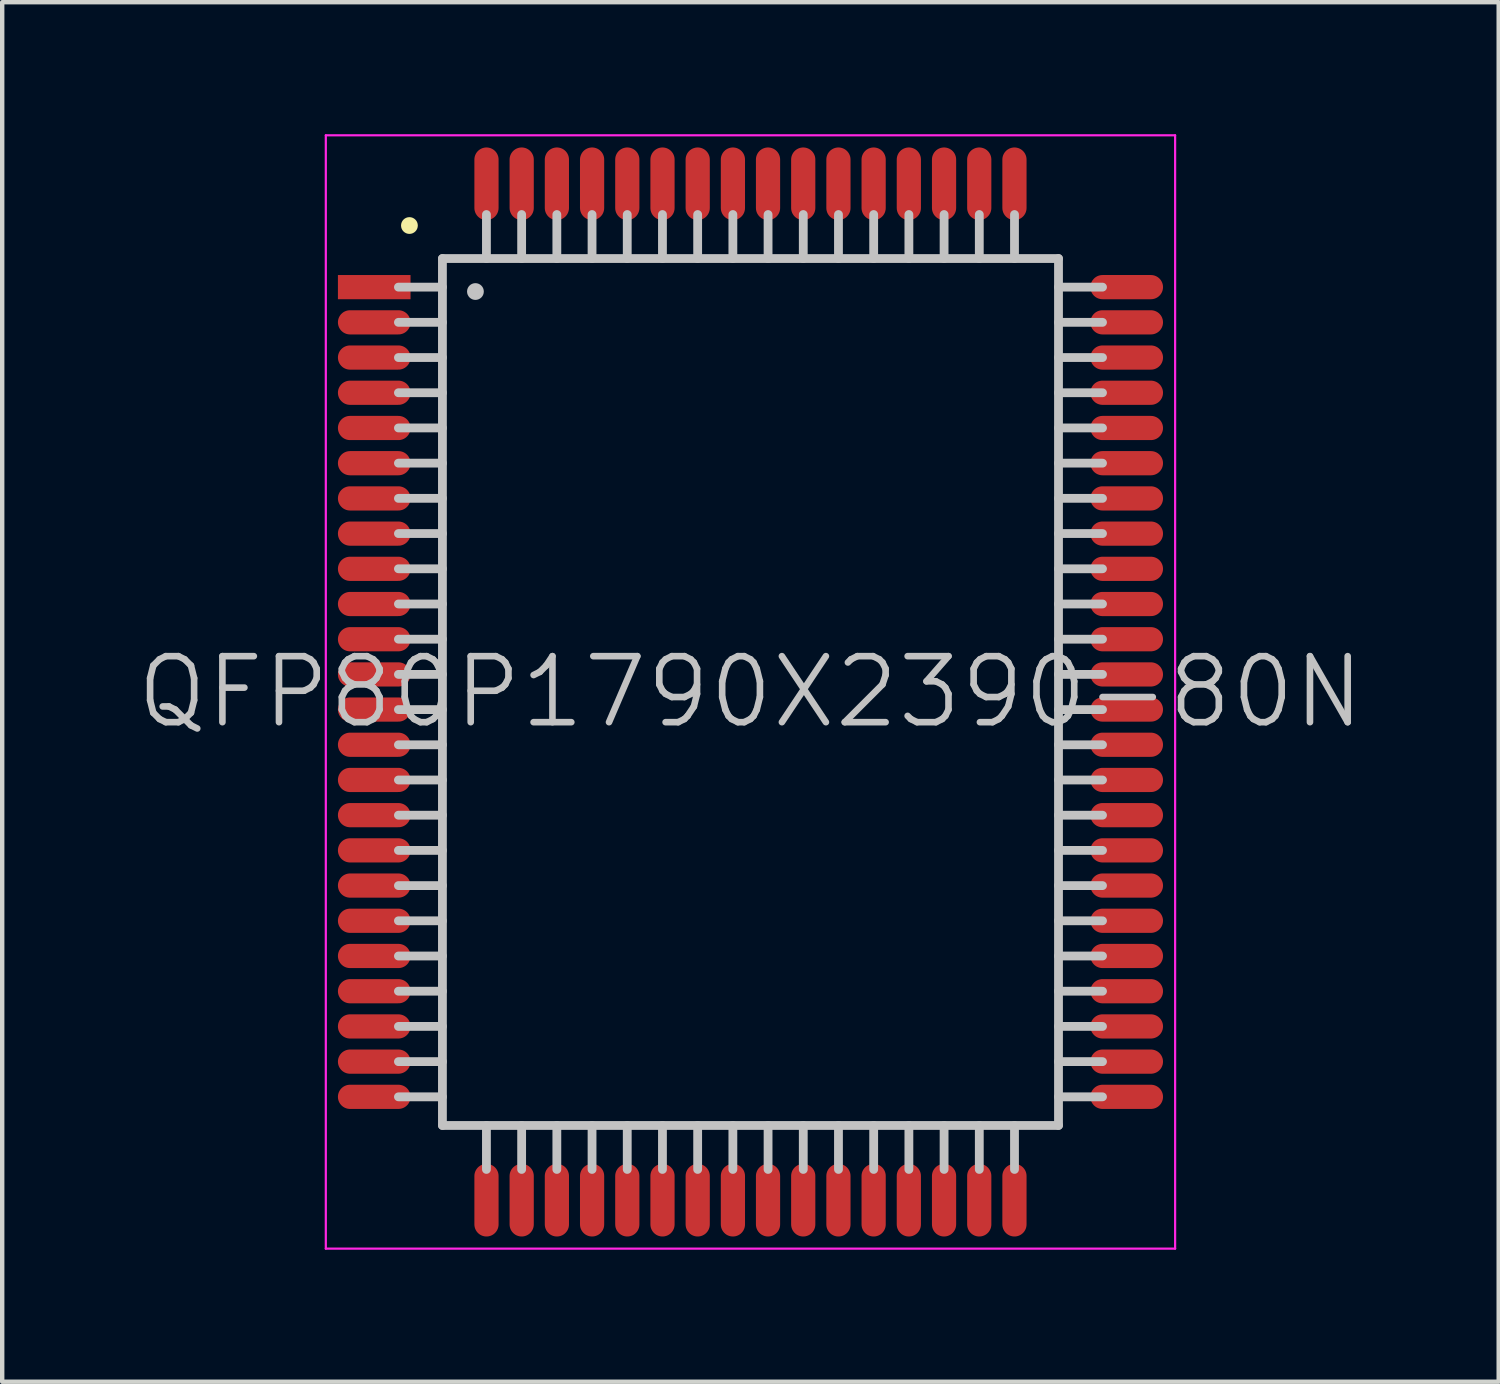
<source format=kicad_pcb>
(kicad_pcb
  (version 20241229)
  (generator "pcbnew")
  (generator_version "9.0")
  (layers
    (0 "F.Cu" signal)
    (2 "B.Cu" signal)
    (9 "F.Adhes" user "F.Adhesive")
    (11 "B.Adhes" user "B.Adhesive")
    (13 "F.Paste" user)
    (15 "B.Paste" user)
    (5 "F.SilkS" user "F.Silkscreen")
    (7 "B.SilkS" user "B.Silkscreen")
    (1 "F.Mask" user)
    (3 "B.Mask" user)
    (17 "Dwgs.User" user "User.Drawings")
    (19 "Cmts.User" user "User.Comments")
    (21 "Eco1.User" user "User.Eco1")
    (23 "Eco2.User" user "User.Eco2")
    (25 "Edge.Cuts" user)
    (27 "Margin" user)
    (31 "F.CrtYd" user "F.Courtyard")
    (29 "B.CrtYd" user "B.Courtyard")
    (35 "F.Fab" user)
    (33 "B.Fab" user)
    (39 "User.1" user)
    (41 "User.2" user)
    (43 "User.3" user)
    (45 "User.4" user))
  (footprint "QFP80P1790X2390-80N"
    (layer "F.Cu")
    (at 14.004 12.675)
    (property "Reference" "QFP80P1790X2390-80N" (at 0 0 0) (layer "Dwgs.User") (effects (font (size 1.5 1.5) (thickness 0.15))))
    (attr smd)
    (fp_line (start -7.75 -10.6) (end -7.75 -10.6) (stroke (width 0.381) (type solid)) (layer "F.SilkS"))
    (fp_line (start -7 -9.85) (end -7 9.85) (stroke (width 0.2) (type solid)) (layer "Dwgs.User"))
    (fp_line (start -7 -9.85) (end 7 -9.85) (stroke (width 0.2) (type solid)) (layer "Dwgs.User"))
    (fp_line (start -7 -9.2) (end -8 -9.2) (stroke (width 0.2) (type solid)) (layer "Dwgs.User"))
    (fp_line (start -7 -8.4) (end -8 -8.4) (stroke (width 0.2) (type solid)) (layer "Dwgs.User"))
    (fp_line (start -7 -7.6) (end -8 -7.6) (stroke (width 0.2) (type solid)) (layer "Dwgs.User"))
    (fp_line (start -7 -6.8) (end -8 -6.8) (stroke (width 0.2) (type solid)) (layer "Dwgs.User"))
    (fp_line (start -7 -6) (end -8 -6) (stroke (width 0.2) (type solid)) (layer "Dwgs.User"))
    (fp_line (start -7 -5.2) (end -8 -5.2) (stroke (width 0.2) (type solid)) (layer "Dwgs.User"))
    (fp_line (start -7 -4.4) (end -8 -4.4) (stroke (width 0.2) (type solid)) (layer "Dwgs.User"))
    (fp_line (start -7 -3.6) (end -8 -3.6) (stroke (width 0.2) (type solid)) (layer "Dwgs.User"))
    (fp_line (start -7 -2.8) (end -8 -2.8) (stroke (width 0.2) (type solid)) (layer "Dwgs.User"))
    (fp_line (start -7 -2) (end -8 -2) (stroke (width 0.2) (type solid)) (layer "Dwgs.User"))
    (fp_line (start -7 -1.2) (end -8 -1.2) (stroke (width 0.2) (type solid)) (layer "Dwgs.User"))
    (fp_line (start -7 -0.4) (end -8 -0.4) (stroke (width 0.2) (type solid)) (layer "Dwgs.User"))
    (fp_line (start -7 0.4) (end -8 0.4) (stroke (width 0.2) (type solid)) (layer "Dwgs.User"))
    (fp_line (start -7 1.2) (end -8 1.2) (stroke (width 0.2) (type solid)) (layer "Dwgs.User"))
    (fp_line (start -7 2) (end -8 2) (stroke (width 0.2) (type solid)) (layer "Dwgs.User"))
    (fp_line (start -7 2.8) (end -8 2.8) (stroke (width 0.2) (type solid)) (layer "Dwgs.User"))
    (fp_line (start -7 3.6) (end -8 3.6) (stroke (width 0.2) (type solid)) (layer "Dwgs.User"))
    (fp_line (start -7 4.4) (end -8 4.4) (stroke (width 0.2) (type solid)) (layer "Dwgs.User"))
    (fp_line (start -7 5.2) (end -8 5.2) (stroke (width 0.2) (type solid)) (layer "Dwgs.User"))
    (fp_line (start -7 6) (end -8 6) (stroke (width 0.2) (type solid)) (layer "Dwgs.User"))
    (fp_line (start -7 6.8) (end -8 6.8) (stroke (width 0.2) (type solid)) (layer "Dwgs.User"))
    (fp_line (start -7 7.6) (end -8 7.6) (stroke (width 0.2) (type solid)) (layer "Dwgs.User"))
    (fp_line (start -7 8.4) (end -8 8.4) (stroke (width 0.2) (type solid)) (layer "Dwgs.User"))
    (fp_line (start -7 9.2) (end -8 9.2) (stroke (width 0.2) (type solid)) (layer "Dwgs.User"))
    (fp_line (start -7 9.85) (end 7 9.85) (stroke (width 0.2) (type solid)) (layer "Dwgs.User"))
    (fp_line (start -6.25 -9.1) (end -6.25 -9.1) (stroke (width 0.381) (type solid)) (layer "Dwgs.User"))
    (fp_line (start -6 -9.85) (end -6 -10.85) (stroke (width 0.2) (type solid)) (layer "Dwgs.User"))
    (fp_line (start -6 10.85) (end -6 9.85) (stroke (width 0.2) (type solid)) (layer "Dwgs.User"))
    (fp_line (start -5.2 -9.85) (end -5.2 -10.85) (stroke (width 0.2) (type solid)) (layer "Dwgs.User"))
    (fp_line (start -5.2 10.85) (end -5.2 9.85) (stroke (width 0.2) (type solid)) (layer "Dwgs.User"))
    (fp_line (start -4.4 -9.85) (end -4.4 -10.85) (stroke (width 0.2) (type solid)) (layer "Dwgs.User"))
    (fp_line (start -4.4 10.85) (end -4.4 9.85) (stroke (width 0.2) (type solid)) (layer "Dwgs.User"))
    (fp_line (start -3.6 -9.85) (end -3.6 -10.85) (stroke (width 0.2) (type solid)) (layer "Dwgs.User"))
    (fp_line (start -3.6 10.85) (end -3.6 9.85) (stroke (width 0.2) (type solid)) (layer "Dwgs.User"))
    (fp_line (start -2.8 -9.85) (end -2.8 -10.85) (stroke (width 0.2) (type solid)) (layer "Dwgs.User"))
    (fp_line (start -2.8 10.85) (end -2.8 9.85) (stroke (width 0.2) (type solid)) (layer "Dwgs.User"))
    (fp_line (start -2 -9.85) (end -2 -10.85) (stroke (width 0.2) (type solid)) (layer "Dwgs.User"))
    (fp_line (start -2 10.85) (end -2 9.85) (stroke (width 0.2) (type solid)) (layer "Dwgs.User"))
    (fp_line (start -1.2 -9.85) (end -1.2 -10.85) (stroke (width 0.2) (type solid)) (layer "Dwgs.User"))
    (fp_line (start -1.2 10.85) (end -1.2 9.85) (stroke (width 0.2) (type solid)) (layer "Dwgs.User"))
    (fp_line (start -0.4 -9.85) (end -0.4 -10.85) (stroke (width 0.2) (type solid)) (layer "Dwgs.User"))
    (fp_line (start -0.4 10.85) (end -0.4 9.85) (stroke (width 0.2) (type solid)) (layer "Dwgs.User"))
    (fp_line (start 0.4 -9.85) (end 0.4 -10.85) (stroke (width 0.2) (type solid)) (layer "Dwgs.User"))
    (fp_line (start 0.4 10.85) (end 0.4 9.85) (stroke (width 0.2) (type solid)) (layer "Dwgs.User"))
    (fp_line (start 1.2 -9.85) (end 1.2 -10.85) (stroke (width 0.2) (type solid)) (layer "Dwgs.User"))
    (fp_line (start 1.2 10.85) (end 1.2 9.85) (stroke (width 0.2) (type solid)) (layer "Dwgs.User"))
    (fp_line (start 2 -9.85) (end 2 -10.85) (stroke (width 0.2) (type solid)) (layer "Dwgs.User"))
    (fp_line (start 2 10.85) (end 2 9.85) (stroke (width 0.2) (type solid)) (layer "Dwgs.User"))
    (fp_line (start 2.8 -9.85) (end 2.8 -10.85) (stroke (width 0.2) (type solid)) (layer "Dwgs.User"))
    (fp_line (start 2.8 10.85) (end 2.8 9.85) (stroke (width 0.2) (type solid)) (layer "Dwgs.User"))
    (fp_line (start 3.6 -9.85) (end 3.6 -10.85) (stroke (width 0.2) (type solid)) (layer "Dwgs.User"))
    (fp_line (start 3.6 10.85) (end 3.6 9.85) (stroke (width 0.2) (type solid)) (layer "Dwgs.User"))
    (fp_line (start 4.4 -9.85) (end 4.4 -10.85) (stroke (width 0.2) (type solid)) (layer "Dwgs.User"))
    (fp_line (start 4.4 10.85) (end 4.4 9.85) (stroke (width 0.2) (type solid)) (layer "Dwgs.User"))
    (fp_line (start 5.2 -9.85) (end 5.2 -10.85) (stroke (width 0.2) (type solid)) (layer "Dwgs.User"))
    (fp_line (start 5.2 10.85) (end 5.2 9.85) (stroke (width 0.2) (type solid)) (layer "Dwgs.User"))
    (fp_line (start 6 -9.85) (end 6 -10.85) (stroke (width 0.2) (type solid)) (layer "Dwgs.User"))
    (fp_line (start 6 10.85) (end 6 9.85) (stroke (width 0.2) (type solid)) (layer "Dwgs.User"))
    (fp_line (start 7 -9.85) (end 7 9.85) (stroke (width 0.2) (type solid)) (layer "Dwgs.User"))
    (fp_line (start 8 -9.2) (end 7 -9.2) (stroke (width 0.2) (type solid)) (layer "Dwgs.User"))
    (fp_line (start 8 -8.4) (end 7 -8.4) (stroke (width 0.2) (type solid)) (layer "Dwgs.User"))
    (fp_line (start 8 -7.6) (end 7 -7.6) (stroke (width 0.2) (type solid)) (layer "Dwgs.User"))
    (fp_line (start 8 -6.8) (end 7 -6.8) (stroke (width 0.2) (type solid)) (layer "Dwgs.User"))
    (fp_line (start 8 -6) (end 7 -6) (stroke (width 0.2) (type solid)) (layer "Dwgs.User"))
    (fp_line (start 8 -5.2) (end 7 -5.2) (stroke (width 0.2) (type solid)) (layer "Dwgs.User"))
    (fp_line (start 8 -4.4) (end 7 -4.4) (stroke (width 0.2) (type solid)) (layer "Dwgs.User"))
    (fp_line (start 8 -3.6) (end 7 -3.6) (stroke (width 0.2) (type solid)) (layer "Dwgs.User"))
    (fp_line (start 8 -2.8) (end 7 -2.8) (stroke (width 0.2) (type solid)) (layer "Dwgs.User"))
    (fp_line (start 8 -2) (end 7 -2) (stroke (width 0.2) (type solid)) (layer "Dwgs.User"))
    (fp_line (start 8 -1.2) (end 7 -1.2) (stroke (width 0.2) (type solid)) (layer "Dwgs.User"))
    (fp_line (start 8 -0.4) (end 7 -0.4) (stroke (width 0.2) (type solid)) (layer "Dwgs.User"))
    (fp_line (start 8 0.4) (end 7 0.4) (stroke (width 0.2) (type solid)) (layer "Dwgs.User"))
    (fp_line (start 8 1.2) (end 7 1.2) (stroke (width 0.2) (type solid)) (layer "Dwgs.User"))
    (fp_line (start 8 2) (end 7 2) (stroke (width 0.2) (type solid)) (layer "Dwgs.User"))
    (fp_line (start 8 2.8) (end 7 2.8) (stroke (width 0.2) (type solid)) (layer "Dwgs.User"))
    (fp_line (start 8 3.6) (end 7 3.6) (stroke (width 0.2) (type solid)) (layer "Dwgs.User"))
    (fp_line (start 8 4.4) (end 7 4.4) (stroke (width 0.2) (type solid)) (layer "Dwgs.User"))
    (fp_line (start 8 5.2) (end 7 5.2) (stroke (width 0.2) (type solid)) (layer "Dwgs.User"))
    (fp_line (start 8 6) (end 7 6) (stroke (width 0.2) (type solid)) (layer "Dwgs.User"))
    (fp_line (start 8 6.8) (end 7 6.8) (stroke (width 0.2) (type solid)) (layer "Dwgs.User"))
    (fp_line (start 8 7.6) (end 7 7.6) (stroke (width 0.2) (type solid)) (layer "Dwgs.User"))
    (fp_line (start 8 8.4) (end 7 8.4) (stroke (width 0.2) (type solid)) (layer "Dwgs.User"))
    (fp_line (start 8 9.2) (end 7 9.2) (stroke (width 0.2) (type solid)) (layer "Dwgs.User"))
    (fp_line (start -9.65 -12.65) (end -9.65 12.65) (stroke (width 0.05) (type solid)) (layer "F.CrtYd"))
    (fp_line (start -9.65 -12.65) (end 9.65 -12.65) (stroke (width 0.05) (type solid)) (layer "F.CrtYd"))
    (fp_line (start -9.65 12.65) (end 9.65 12.65) (stroke (width 0.05) (type solid)) (layer "F.CrtYd"))
    (fp_line (start 9.65 -12.65) (end 9.65 12.65) (stroke (width 0.05) (type solid)) (layer "F.CrtYd"))
    (pad "1" smd rect (at -8.55 -9.2 90) (size 0.55 1.65) (layers "F.Cu" "F.Mask" "F.Paste"))
    (pad "2" smd oval (at -8.55 -8.4 90) (size 0.55 1.65) (layers "F.Cu" "F.Mask" "F.Paste"))
    (pad "3" smd oval (at -8.55 -7.6 90) (size 0.55 1.65) (layers "F.Cu" "F.Mask" "F.Paste"))
    (pad "4" smd oval (at -8.55 -6.8 90) (size 0.55 1.65) (layers "F.Cu" "F.Mask" "F.Paste"))
    (pad "5" smd oval (at -8.55 -5.999 90) (size 0.55 1.65) (layers "F.Cu" "F.Mask" "F.Paste"))
    (pad "6" smd oval (at -8.55 -5.199 90) (size 0.55 1.65) (layers "F.Cu" "F.Mask" "F.Paste"))
    (pad "7" smd oval (at -8.55 -4.399 90) (size 0.55 1.65) (layers "F.Cu" "F.Mask" "F.Paste"))
    (pad "8" smd oval (at -8.55 -3.599 90) (size 0.55 1.65) (layers "F.Cu" "F.Mask" "F.Paste"))
    (pad "9" smd oval (at -8.55 -2.799 90) (size 0.55 1.65) (layers "F.Cu" "F.Mask" "F.Paste"))
    (pad "10" smd oval (at -8.55 -1.999 90) (size 0.55 1.65) (layers "F.Cu" "F.Mask" "F.Paste"))
    (pad "11" smd oval (at -8.55 -1.199 90) (size 0.55 1.65) (layers "F.Cu" "F.Mask" "F.Paste"))
    (pad "12" smd oval (at -8.55 -0.399 90) (size 0.55 1.65) (layers "F.Cu" "F.Mask" "F.Paste"))
    (pad "13" smd oval (at -8.55 0.399 90) (size 0.55 1.65) (layers "F.Cu" "F.Mask" "F.Paste"))
    (pad "14" smd oval (at -8.55 1.199 90) (size 0.55 1.65) (layers "F.Cu" "F.Mask" "F.Paste"))
    (pad "15" smd oval (at -8.55 1.999 90) (size 0.55 1.65) (layers "F.Cu" "F.Mask" "F.Paste"))
    (pad "16" smd oval (at -8.55 2.799 90) (size 0.55 1.65) (layers "F.Cu" "F.Mask" "F.Paste"))
    (pad "17" smd oval (at -8.55 3.599 90) (size 0.55 1.65) (layers "F.Cu" "F.Mask" "F.Paste"))
    (pad "18" smd oval (at -8.55 4.399 90) (size 0.55 1.65) (layers "F.Cu" "F.Mask" "F.Paste"))
    (pad "19" smd oval (at -8.55 5.199 90) (size 0.55 1.65) (layers "F.Cu" "F.Mask" "F.Paste"))
    (pad "20" smd oval (at -8.55 5.999 90) (size 0.55 1.65) (layers "F.Cu" "F.Mask" "F.Paste"))
    (pad "21" smd oval (at -8.55 6.8 90) (size 0.55 1.65) (layers "F.Cu" "F.Mask" "F.Paste"))
    (pad "22" smd oval (at -8.55 7.6 90) (size 0.55 1.65) (layers "F.Cu" "F.Mask" "F.Paste"))
    (pad "23" smd oval (at -8.55 8.4 90) (size 0.55 1.65) (layers "F.Cu" "F.Mask" "F.Paste"))
    (pad "24" smd oval (at -8.55 9.2 90) (size 0.55 1.65) (layers "F.Cu" "F.Mask" "F.Paste"))
    (pad "25" smd oval (at -5.999 11.549 180) (size 0.55 1.65) (layers "F.Cu" "F.Mask" "F.Paste"))
    (pad "26" smd oval (at -5.199 11.549 180) (size 0.55 1.65) (layers "F.Cu" "F.Mask" "F.Paste"))
    (pad "27" smd oval (at -4.399 11.549 180) (size 0.55 1.65) (layers "F.Cu" "F.Mask" "F.Paste"))
    (pad "28" smd oval (at -3.599 11.549 180) (size 0.55 1.65) (layers "F.Cu" "F.Mask" "F.Paste"))
    (pad "29" smd oval (at -2.799 11.549 180) (size 0.55 1.65) (layers "F.Cu" "F.Mask" "F.Paste"))
    (pad "30" smd oval (at -1.999 11.549 180) (size 0.55 1.65) (layers "F.Cu" "F.Mask" "F.Paste"))
    (pad "31" smd oval (at -1.199 11.549 180) (size 0.55 1.65) (layers "F.Cu" "F.Mask" "F.Paste"))
    (pad "32" smd oval (at -0.399 11.549 180) (size 0.55 1.65) (layers "F.Cu" "F.Mask" "F.Paste"))
    (pad "33" smd oval (at 0.399 11.549 180) (size 0.55 1.65) (layers "F.Cu" "F.Mask" "F.Paste"))
    (pad "34" smd oval (at 1.199 11.549 180) (size 0.55 1.65) (layers "F.Cu" "F.Mask" "F.Paste"))
    (pad "35" smd oval (at 1.999 11.549 180) (size 0.55 1.65) (layers "F.Cu" "F.Mask" "F.Paste"))
    (pad "36" smd oval (at 2.799 11.549 180) (size 0.55 1.65) (layers "F.Cu" "F.Mask" "F.Paste"))
    (pad "37" smd oval (at 3.599 11.549 180) (size 0.55 1.65) (layers "F.Cu" "F.Mask" "F.Paste"))
    (pad "38" smd oval (at 4.399 11.549 180) (size 0.55 1.65) (layers "F.Cu" "F.Mask" "F.Paste"))
    (pad "39" smd oval (at 5.199 11.549 180) (size 0.55 1.65) (layers "F.Cu" "F.Mask" "F.Paste"))
    (pad "40" smd oval (at 5.999 11.549 180) (size 0.55 1.65) (layers "F.Cu" "F.Mask" "F.Paste"))
    (pad "41" smd oval (at 8.55 9.2 270) (size 0.55 1.65) (layers "F.Cu" "F.Mask" "F.Paste"))
    (pad "42" smd oval (at 8.55 8.4 270) (size 0.55 1.65) (layers "F.Cu" "F.Mask" "F.Paste"))
    (pad "43" smd oval (at 8.55 7.6 270) (size 0.55 1.65) (layers "F.Cu" "F.Mask" "F.Paste"))
    (pad "44" smd oval (at 8.55 6.8 270) (size 0.55 1.65) (layers "F.Cu" "F.Mask" "F.Paste"))
    (pad "45" smd oval (at 8.55 5.999 270) (size 0.55 1.65) (layers "F.Cu" "F.Mask" "F.Paste"))
    (pad "46" smd oval (at 8.55 5.199 270) (size 0.55 1.65) (layers "F.Cu" "F.Mask" "F.Paste"))
    (pad "47" smd oval (at 8.55 4.399 270) (size 0.55 1.65) (layers "F.Cu" "F.Mask" "F.Paste"))
    (pad "48" smd oval (at 8.55 3.599 270) (size 0.55 1.65) (layers "F.Cu" "F.Mask" "F.Paste"))
    (pad "49" smd oval (at 8.55 2.799 270) (size 0.55 1.65) (layers "F.Cu" "F.Mask" "F.Paste"))
    (pad "50" smd oval (at 8.55 1.999 270) (size 0.55 1.65) (layers "F.Cu" "F.Mask" "F.Paste"))
    (pad "51" smd oval (at 8.55 1.199 270) (size 0.55 1.65) (layers "F.Cu" "F.Mask" "F.Paste"))
    (pad "52" smd oval (at 8.55 0.399 270) (size 0.55 1.65) (layers "F.Cu" "F.Mask" "F.Paste"))
    (pad "53" smd oval (at 8.55 -0.399 270) (size 0.55 1.65) (layers "F.Cu" "F.Mask" "F.Paste"))
    (pad "54" smd oval (at 8.55 -1.199 270) (size 0.55 1.65) (layers "F.Cu" "F.Mask" "F.Paste"))
    (pad "55" smd oval (at 8.55 -1.999 270) (size 0.55 1.65) (layers "F.Cu" "F.Mask" "F.Paste"))
    (pad "56" smd oval (at 8.55 -2.799 270) (size 0.55 1.65) (layers "F.Cu" "F.Mask" "F.Paste"))
    (pad "57" smd oval (at 8.55 -3.599 270) (size 0.55 1.65) (layers "F.Cu" "F.Mask" "F.Paste"))
    (pad "58" smd oval (at 8.55 -4.399 270) (size 0.55 1.65) (layers "F.Cu" "F.Mask" "F.Paste"))
    (pad "59" smd oval (at 8.55 -5.199 270) (size 0.55 1.65) (layers "F.Cu" "F.Mask" "F.Paste"))
    (pad "60" smd oval (at 8.55 -5.999 270) (size 0.55 1.65) (layers "F.Cu" "F.Mask" "F.Paste"))
    (pad "61" smd oval (at 8.55 -6.8 270) (size 0.55 1.65) (layers "F.Cu" "F.Mask" "F.Paste"))
    (pad "62" smd oval (at 8.55 -7.6 270) (size 0.55 1.65) (layers "F.Cu" "F.Mask" "F.Paste"))
    (pad "63" smd oval (at 8.55 -8.4 270) (size 0.55 1.65) (layers "F.Cu" "F.Mask" "F.Paste"))
    (pad "64" smd oval (at 8.55 -9.2 270) (size 0.55 1.65) (layers "F.Cu" "F.Mask" "F.Paste"))
    (pad "65" smd oval (at 5.999 -11.549) (size 0.55 1.65) (layers "F.Cu" "F.Mask" "F.Paste"))
    (pad "66" smd oval (at 5.199 -11.549) (size 0.55 1.65) (layers "F.Cu" "F.Mask" "F.Paste"))
    (pad "67" smd oval (at 4.399 -11.549) (size 0.55 1.65) (layers "F.Cu" "F.Mask" "F.Paste"))
    (pad "68" smd oval (at 3.599 -11.549) (size 0.55 1.65) (layers "F.Cu" "F.Mask" "F.Paste"))
    (pad "69" smd oval (at 2.799 -11.549) (size 0.55 1.65) (layers "F.Cu" "F.Mask" "F.Paste"))
    (pad "70" smd oval (at 1.999 -11.549) (size 0.55 1.65) (layers "F.Cu" "F.Mask" "F.Paste"))
    (pad "71" smd oval (at 1.199 -11.549) (size 0.55 1.65) (layers "F.Cu" "F.Mask" "F.Paste"))
    (pad "72" smd oval (at 0.399 -11.549) (size 0.55 1.65) (layers "F.Cu" "F.Mask" "F.Paste"))
    (pad "73" smd oval (at -0.399 -11.549) (size 0.55 1.65) (layers "F.Cu" "F.Mask" "F.Paste"))
    (pad "74" smd oval (at -1.199 -11.549) (size 0.55 1.65) (layers "F.Cu" "F.Mask" "F.Paste"))
    (pad "75" smd oval (at -1.999 -11.549) (size 0.55 1.65) (layers "F.Cu" "F.Mask" "F.Paste"))
    (pad "76" smd oval (at -2.799 -11.549) (size 0.55 1.65) (layers "F.Cu" "F.Mask" "F.Paste"))
    (pad "77" smd oval (at -3.599 -11.549) (size 0.55 1.65) (layers "F.Cu" "F.Mask" "F.Paste"))
    (pad "78" smd oval (at -4.399 -11.549) (size 0.55 1.65) (layers "F.Cu" "F.Mask" "F.Paste"))
    (pad "79" smd oval (at -5.199 -11.549) (size 0.55 1.65) (layers "F.Cu" "F.Mask" "F.Paste"))
    (pad "80" smd oval (at -5.999 -11.549) (size 0.55 1.65) (layers "F.Cu" "F.Mask" "F.Paste")))
  (gr_rect
    (start -3 -3)
    (end 31.007 28.35)
    (stroke (width 0.1) (type default))
    (fill no)
    (layer "Edge.Cuts")))
</source>
